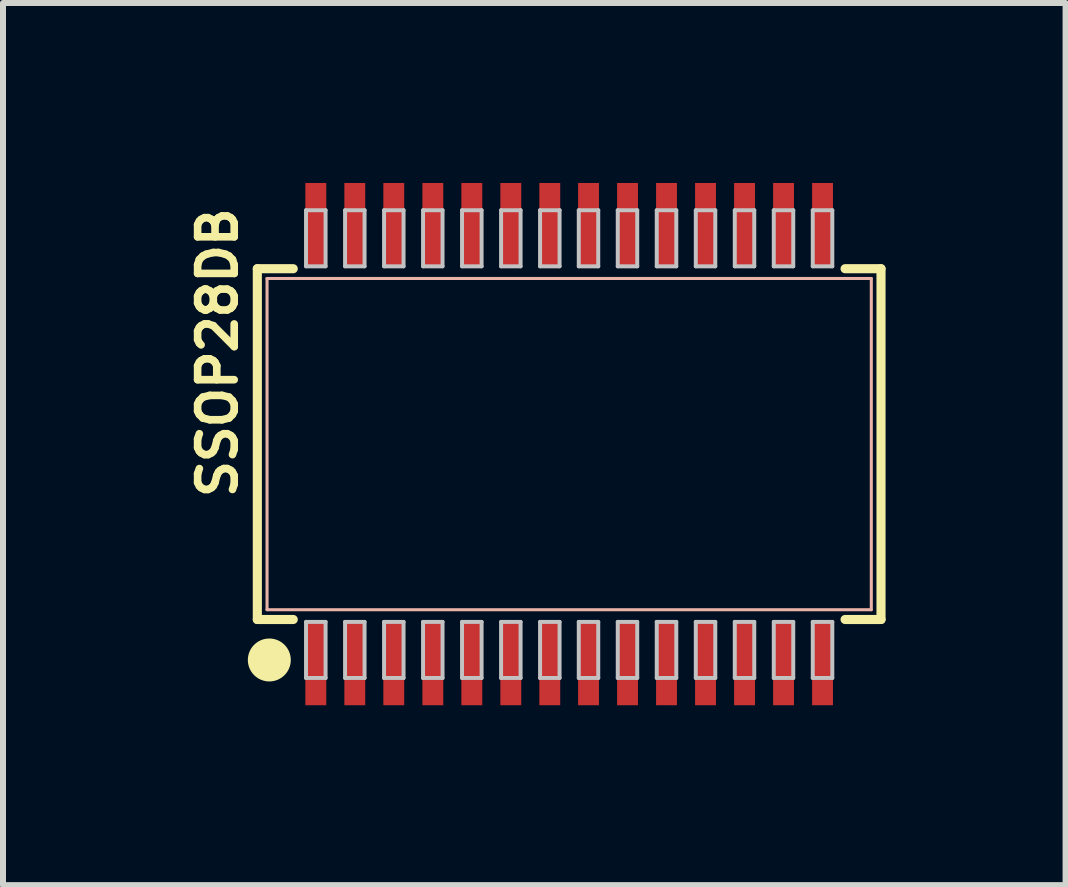
<source format=kicad_pcb>
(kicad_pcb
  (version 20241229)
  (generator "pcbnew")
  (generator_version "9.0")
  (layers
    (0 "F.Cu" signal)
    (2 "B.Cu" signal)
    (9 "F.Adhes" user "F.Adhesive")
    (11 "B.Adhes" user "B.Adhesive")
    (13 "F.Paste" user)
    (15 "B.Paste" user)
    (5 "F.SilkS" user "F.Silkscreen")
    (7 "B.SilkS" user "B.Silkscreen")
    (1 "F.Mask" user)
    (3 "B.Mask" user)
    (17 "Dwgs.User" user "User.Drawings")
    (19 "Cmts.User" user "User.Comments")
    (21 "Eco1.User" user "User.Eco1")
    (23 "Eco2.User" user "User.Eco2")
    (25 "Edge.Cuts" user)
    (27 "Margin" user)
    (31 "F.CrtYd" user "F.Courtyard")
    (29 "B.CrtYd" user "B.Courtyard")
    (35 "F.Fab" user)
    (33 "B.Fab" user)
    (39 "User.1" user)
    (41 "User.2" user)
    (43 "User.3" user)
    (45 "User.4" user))
  (footprint "SSOP28DB"
    (layer "F.Cu")
    (at 6.439 4.354)
    (property "Reference" "SSOP28DB" (at -5.86 -1.524 90) (layer "F.SilkS") (effects (font (size 0.61 0.61) (thickness 0.127))))
    (attr smd)
    (fp_line (start -5.199 -2.924) (end -4.6 -2.924) (stroke (width 0.152) (type solid)) (layer "F.SilkS"))
    (fp_line (start -5.199 2.924) (end -5.199 -2.924) (stroke (width 0.152) (type solid)) (layer "F.SilkS"))
    (fp_line (start -5.199 2.924) (end -4.6 2.924) (stroke (width 0.152) (type solid)) (layer "F.SilkS"))
    (fp_line (start 5.199 -2.924) (end 4.6 -2.924) (stroke (width 0.152) (type solid)) (layer "F.SilkS"))
    (fp_line (start 5.199 -2.924) (end 5.199 2.924) (stroke (width 0.152) (type solid)) (layer "F.SilkS"))
    (fp_line (start 5.199 2.924) (end 4.6 2.924) (stroke (width 0.152) (type solid)) (layer "F.SilkS"))
    (fp_circle (center -4.999 3.599) (end -4.999 3.241) (stroke (width 0) (type solid)) (fill yes) (layer "F.SilkS"))
    (fp_line (start -5.037 -2.761) (end 5.037 -2.761) (stroke (width 0.051) (type solid)) (layer "B.SilkS"))
    (fp_line (start -5.037 2.761) (end -5.037 -2.761) (stroke (width 0.051) (type solid)) (layer "B.SilkS"))
    (fp_line (start 5.037 -2.761) (end 5.037 2.761) (stroke (width 0.051) (type solid)) (layer "B.SilkS"))
    (fp_line (start 5.037 2.761) (end -5.037 2.761) (stroke (width 0.051) (type solid)) (layer "B.SilkS"))
    (fp_line (start -4.387 -3.899) (end -4.061 -3.899) (stroke (width 0.066) (type solid)) (layer "Dwgs.User"))
    (fp_line (start -4.387 -2.964) (end -4.387 -3.899) (stroke (width 0.066) (type solid)) (layer "Dwgs.User"))
    (fp_line (start -4.387 -2.964) (end -4.061 -2.964) (stroke (width 0.066) (type solid)) (layer "Dwgs.User"))
    (fp_line (start -4.387 2.964) (end -4.061 2.964) (stroke (width 0.066) (type solid)) (layer "Dwgs.User"))
    (fp_line (start -4.387 3.899) (end -4.387 2.964) (stroke (width 0.066) (type solid)) (layer "Dwgs.User"))
    (fp_line (start -4.387 3.899) (end -4.061 3.899) (stroke (width 0.066) (type solid)) (layer "Dwgs.User"))
    (fp_line (start -4.061 -2.964) (end -4.061 -3.899) (stroke (width 0.066) (type solid)) (layer "Dwgs.User"))
    (fp_line (start -4.061 3.899) (end -4.061 2.964) (stroke (width 0.066) (type solid)) (layer "Dwgs.User"))
    (fp_line (start -3.736 -3.899) (end -3.411 -3.899) (stroke (width 0.066) (type solid)) (layer "Dwgs.User"))
    (fp_line (start -3.736 -2.964) (end -3.736 -3.899) (stroke (width 0.066) (type solid)) (layer "Dwgs.User"))
    (fp_line (start -3.736 -2.964) (end -3.411 -2.964) (stroke (width 0.066) (type solid)) (layer "Dwgs.User"))
    (fp_line (start -3.736 2.964) (end -3.411 2.964) (stroke (width 0.066) (type solid)) (layer "Dwgs.User"))
    (fp_line (start -3.736 3.899) (end -3.736 2.964) (stroke (width 0.066) (type solid)) (layer "Dwgs.User"))
    (fp_line (start -3.736 3.899) (end -3.411 3.899) (stroke (width 0.066) (type solid)) (layer "Dwgs.User"))
    (fp_line (start -3.411 -2.964) (end -3.411 -3.899) (stroke (width 0.066) (type solid)) (layer "Dwgs.User"))
    (fp_line (start -3.411 3.899) (end -3.411 2.964) (stroke (width 0.066) (type solid)) (layer "Dwgs.User"))
    (fp_line (start -3.086 -3.899) (end -2.761 -3.899) (stroke (width 0.066) (type solid)) (layer "Dwgs.User"))
    (fp_line (start -3.086 -2.964) (end -3.086 -3.899) (stroke (width 0.066) (type solid)) (layer "Dwgs.User"))
    (fp_line (start -3.086 -2.964) (end -2.761 -2.964) (stroke (width 0.066) (type solid)) (layer "Dwgs.User"))
    (fp_line (start -3.086 2.964) (end -2.761 2.964) (stroke (width 0.066) (type solid)) (layer "Dwgs.User"))
    (fp_line (start -3.086 3.899) (end -3.086 2.964) (stroke (width 0.066) (type solid)) (layer "Dwgs.User"))
    (fp_line (start -3.086 3.899) (end -2.761 3.899) (stroke (width 0.066) (type solid)) (layer "Dwgs.User"))
    (fp_line (start -2.761 -2.964) (end -2.761 -3.899) (stroke (width 0.066) (type solid)) (layer "Dwgs.User"))
    (fp_line (start -2.761 3.899) (end -2.761 2.964) (stroke (width 0.066) (type solid)) (layer "Dwgs.User"))
    (fp_line (start -2.436 -3.899) (end -2.111 -3.899) (stroke (width 0.066) (type solid)) (layer "Dwgs.User"))
    (fp_line (start -2.436 -2.964) (end -2.436 -3.899) (stroke (width 0.066) (type solid)) (layer "Dwgs.User"))
    (fp_line (start -2.436 -2.964) (end -2.111 -2.964) (stroke (width 0.066) (type solid)) (layer "Dwgs.User"))
    (fp_line (start -2.436 2.964) (end -2.111 2.964) (stroke (width 0.066) (type solid)) (layer "Dwgs.User"))
    (fp_line (start -2.436 3.899) (end -2.436 2.964) (stroke (width 0.066) (type solid)) (layer "Dwgs.User"))
    (fp_line (start -2.436 3.899) (end -2.111 3.899) (stroke (width 0.066) (type solid)) (layer "Dwgs.User"))
    (fp_line (start -2.111 -2.964) (end -2.111 -3.899) (stroke (width 0.066) (type solid)) (layer "Dwgs.User"))
    (fp_line (start -2.111 3.899) (end -2.111 2.964) (stroke (width 0.066) (type solid)) (layer "Dwgs.User"))
    (fp_line (start -1.786 -3.899) (end -1.46 -3.899) (stroke (width 0.066) (type solid)) (layer "Dwgs.User"))
    (fp_line (start -1.786 -2.964) (end -1.786 -3.899) (stroke (width 0.066) (type solid)) (layer "Dwgs.User"))
    (fp_line (start -1.786 -2.964) (end -1.46 -2.964) (stroke (width 0.066) (type solid)) (layer "Dwgs.User"))
    (fp_line (start -1.786 2.964) (end -1.46 2.964) (stroke (width 0.066) (type solid)) (layer "Dwgs.User"))
    (fp_line (start -1.786 3.899) (end -1.786 2.964) (stroke (width 0.066) (type solid)) (layer "Dwgs.User"))
    (fp_line (start -1.786 3.899) (end -1.46 3.899) (stroke (width 0.066) (type solid)) (layer "Dwgs.User"))
    (fp_line (start -1.46 -2.964) (end -1.46 -3.899) (stroke (width 0.066) (type solid)) (layer "Dwgs.User"))
    (fp_line (start -1.46 3.899) (end -1.46 2.964) (stroke (width 0.066) (type solid)) (layer "Dwgs.User"))
    (fp_line (start -1.135 -3.899) (end -0.81 -3.899) (stroke (width 0.066) (type solid)) (layer "Dwgs.User"))
    (fp_line (start -1.135 -2.964) (end -1.135 -3.899) (stroke (width 0.066) (type solid)) (layer "Dwgs.User"))
    (fp_line (start -1.135 -2.964) (end -0.81 -2.964) (stroke (width 0.066) (type solid)) (layer "Dwgs.User"))
    (fp_line (start -1.135 2.964) (end -0.81 2.964) (stroke (width 0.066) (type solid)) (layer "Dwgs.User"))
    (fp_line (start -1.135 3.899) (end -1.135 2.964) (stroke (width 0.066) (type solid)) (layer "Dwgs.User"))
    (fp_line (start -1.135 3.899) (end -0.81 3.899) (stroke (width 0.066) (type solid)) (layer "Dwgs.User"))
    (fp_line (start -0.81 -2.964) (end -0.81 -3.899) (stroke (width 0.066) (type solid)) (layer "Dwgs.User"))
    (fp_line (start -0.81 3.899) (end -0.81 2.964) (stroke (width 0.066) (type solid)) (layer "Dwgs.User"))
    (fp_line (start -0.485 -3.899) (end -0.16 -3.899) (stroke (width 0.066) (type solid)) (layer "Dwgs.User"))
    (fp_line (start -0.485 -2.964) (end -0.485 -3.899) (stroke (width 0.066) (type solid)) (layer "Dwgs.User"))
    (fp_line (start -0.485 -2.964) (end -0.16 -2.964) (stroke (width 0.066) (type solid)) (layer "Dwgs.User"))
    (fp_line (start -0.485 2.964) (end -0.16 2.964) (stroke (width 0.066) (type solid)) (layer "Dwgs.User"))
    (fp_line (start -0.485 3.899) (end -0.485 2.964) (stroke (width 0.066) (type solid)) (layer "Dwgs.User"))
    (fp_line (start -0.485 3.899) (end -0.16 3.899) (stroke (width 0.066) (type solid)) (layer "Dwgs.User"))
    (fp_line (start -0.16 -2.964) (end -0.16 -3.899) (stroke (width 0.066) (type solid)) (layer "Dwgs.User"))
    (fp_line (start -0.16 3.899) (end -0.16 2.964) (stroke (width 0.066) (type solid)) (layer "Dwgs.User"))
    (fp_line (start 0.16 -3.899) (end 0.485 -3.899) (stroke (width 0.066) (type solid)) (layer "Dwgs.User"))
    (fp_line (start 0.16 -2.964) (end 0.16 -3.899) (stroke (width 0.066) (type solid)) (layer "Dwgs.User"))
    (fp_line (start 0.16 -2.964) (end 0.485 -2.964) (stroke (width 0.066) (type solid)) (layer "Dwgs.User"))
    (fp_line (start 0.16 2.964) (end 0.485 2.964) (stroke (width 0.066) (type solid)) (layer "Dwgs.User"))
    (fp_line (start 0.16 3.899) (end 0.16 2.964) (stroke (width 0.066) (type solid)) (layer "Dwgs.User"))
    (fp_line (start 0.16 3.899) (end 0.485 3.899) (stroke (width 0.066) (type solid)) (layer "Dwgs.User"))
    (fp_line (start 0.485 -2.964) (end 0.485 -3.899) (stroke (width 0.066) (type solid)) (layer "Dwgs.User"))
    (fp_line (start 0.485 3.899) (end 0.485 2.964) (stroke (width 0.066) (type solid)) (layer "Dwgs.User"))
    (fp_line (start 0.81 -3.899) (end 1.135 -3.899) (stroke (width 0.066) (type solid)) (layer "Dwgs.User"))
    (fp_line (start 0.81 -2.964) (end 0.81 -3.899) (stroke (width 0.066) (type solid)) (layer "Dwgs.User"))
    (fp_line (start 0.81 -2.964) (end 1.135 -2.964) (stroke (width 0.066) (type solid)) (layer "Dwgs.User"))
    (fp_line (start 0.81 2.964) (end 1.135 2.964) (stroke (width 0.066) (type solid)) (layer "Dwgs.User"))
    (fp_line (start 0.81 3.899) (end 0.81 2.964) (stroke (width 0.066) (type solid)) (layer "Dwgs.User"))
    (fp_line (start 0.81 3.899) (end 1.135 3.899) (stroke (width 0.066) (type solid)) (layer "Dwgs.User"))
    (fp_line (start 1.135 -2.964) (end 1.135 -3.899) (stroke (width 0.066) (type solid)) (layer "Dwgs.User"))
    (fp_line (start 1.135 3.899) (end 1.135 2.964) (stroke (width 0.066) (type solid)) (layer "Dwgs.User"))
    (fp_line (start 1.46 -3.899) (end 1.786 -3.899) (stroke (width 0.066) (type solid)) (layer "Dwgs.User"))
    (fp_line (start 1.46 -2.964) (end 1.46 -3.899) (stroke (width 0.066) (type solid)) (layer "Dwgs.User"))
    (fp_line (start 1.46 -2.964) (end 1.786 -2.964) (stroke (width 0.066) (type solid)) (layer "Dwgs.User"))
    (fp_line (start 1.46 2.964) (end 1.786 2.964) (stroke (width 0.066) (type solid)) (layer "Dwgs.User"))
    (fp_line (start 1.46 3.899) (end 1.46 2.964) (stroke (width 0.066) (type solid)) (layer "Dwgs.User"))
    (fp_line (start 1.46 3.899) (end 1.786 3.899) (stroke (width 0.066) (type solid)) (layer "Dwgs.User"))
    (fp_line (start 1.786 -2.964) (end 1.786 -3.899) (stroke (width 0.066) (type solid)) (layer "Dwgs.User"))
    (fp_line (start 1.786 3.899) (end 1.786 2.964) (stroke (width 0.066) (type solid)) (layer "Dwgs.User"))
    (fp_line (start 2.111 -3.899) (end 2.436 -3.899) (stroke (width 0.066) (type solid)) (layer "Dwgs.User"))
    (fp_line (start 2.111 -2.964) (end 2.111 -3.899) (stroke (width 0.066) (type solid)) (layer "Dwgs.User"))
    (fp_line (start 2.111 -2.964) (end 2.436 -2.964) (stroke (width 0.066) (type solid)) (layer "Dwgs.User"))
    (fp_line (start 2.111 2.964) (end 2.436 2.964) (stroke (width 0.066) (type solid)) (layer "Dwgs.User"))
    (fp_line (start 2.111 3.899) (end 2.111 2.964) (stroke (width 0.066) (type solid)) (layer "Dwgs.User"))
    (fp_line (start 2.111 3.899) (end 2.436 3.899) (stroke (width 0.066) (type solid)) (layer "Dwgs.User"))
    (fp_line (start 2.436 -2.964) (end 2.436 -3.899) (stroke (width 0.066) (type solid)) (layer "Dwgs.User"))
    (fp_line (start 2.436 3.899) (end 2.436 2.964) (stroke (width 0.066) (type solid)) (layer "Dwgs.User"))
    (fp_line (start 2.761 -3.899) (end 3.086 -3.899) (stroke (width 0.066) (type solid)) (layer "Dwgs.User"))
    (fp_line (start 2.761 -2.964) (end 2.761 -3.899) (stroke (width 0.066) (type solid)) (layer "Dwgs.User"))
    (fp_line (start 2.761 -2.964) (end 3.086 -2.964) (stroke (width 0.066) (type solid)) (layer "Dwgs.User"))
    (fp_line (start 2.761 2.964) (end 3.086 2.964) (stroke (width 0.066) (type solid)) (layer "Dwgs.User"))
    (fp_line (start 2.761 3.899) (end 2.761 2.964) (stroke (width 0.066) (type solid)) (layer "Dwgs.User"))
    (fp_line (start 2.761 3.899) (end 3.086 3.899) (stroke (width 0.066) (type solid)) (layer "Dwgs.User"))
    (fp_line (start 3.086 -2.964) (end 3.086 -3.899) (stroke (width 0.066) (type solid)) (layer "Dwgs.User"))
    (fp_line (start 3.086 3.899) (end 3.086 2.964) (stroke (width 0.066) (type solid)) (layer "Dwgs.User"))
    (fp_line (start 3.411 -3.899) (end 3.736 -3.899) (stroke (width 0.066) (type solid)) (layer "Dwgs.User"))
    (fp_line (start 3.411 -2.964) (end 3.411 -3.899) (stroke (width 0.066) (type solid)) (layer "Dwgs.User"))
    (fp_line (start 3.411 -2.964) (end 3.736 -2.964) (stroke (width 0.066) (type solid)) (layer "Dwgs.User"))
    (fp_line (start 3.411 2.964) (end 3.736 2.964) (stroke (width 0.066) (type solid)) (layer "Dwgs.User"))
    (fp_line (start 3.411 3.899) (end 3.411 2.964) (stroke (width 0.066) (type solid)) (layer "Dwgs.User"))
    (fp_line (start 3.411 3.899) (end 3.736 3.899) (stroke (width 0.066) (type solid)) (layer "Dwgs.User"))
    (fp_line (start 3.736 -2.964) (end 3.736 -3.899) (stroke (width 0.066) (type solid)) (layer "Dwgs.User"))
    (fp_line (start 3.736 3.899) (end 3.736 2.964) (stroke (width 0.066) (type solid)) (layer "Dwgs.User"))
    (fp_line (start 4.061 -3.899) (end 4.387 -3.899) (stroke (width 0.066) (type solid)) (layer "Dwgs.User"))
    (fp_line (start 4.061 -2.964) (end 4.061 -3.899) (stroke (width 0.066) (type solid)) (layer "Dwgs.User"))
    (fp_line (start 4.061 -2.964) (end 4.387 -2.964) (stroke (width 0.066) (type solid)) (layer "Dwgs.User"))
    (fp_line (start 4.061 2.964) (end 4.387 2.964) (stroke (width 0.066) (type solid)) (layer "Dwgs.User"))
    (fp_line (start 4.061 3.899) (end 4.061 2.964) (stroke (width 0.066) (type solid)) (layer "Dwgs.User"))
    (fp_line (start 4.061 3.899) (end 4.387 3.899) (stroke (width 0.066) (type solid)) (layer "Dwgs.User"))
    (fp_line (start 4.387 -2.964) (end 4.387 -3.899) (stroke (width 0.066) (type solid)) (layer "Dwgs.User"))
    (fp_line (start 4.387 3.899) (end 4.387 2.964) (stroke (width 0.066) (type solid)) (layer "Dwgs.User"))
    (pad "1" smd rect (at -4.224 3.655) (size 0.348 1.397) (layers "F.Cu" "F.Mask" "F.Paste"))
    (pad "2" smd rect (at -3.574 3.655) (size 0.348 1.397) (layers "F.Cu" "F.Mask" "F.Paste"))
    (pad "3" smd rect (at -2.924 3.655) (size 0.348 1.397) (layers "F.Cu" "F.Mask" "F.Paste"))
    (pad "4" smd rect (at -2.273 3.655) (size 0.348 1.397) (layers "F.Cu" "F.Mask" "F.Paste"))
    (pad "5" smd rect (at -1.623 3.655) (size 0.348 1.397) (layers "F.Cu" "F.Mask" "F.Paste"))
    (pad "6" smd rect (at -0.973 3.655) (size 0.348 1.397) (layers "F.Cu" "F.Mask" "F.Paste"))
    (pad "7" smd rect (at -0.323 3.655) (size 0.348 1.397) (layers "F.Cu" "F.Mask" "F.Paste"))
    (pad "8" smd rect (at 0.323 3.655) (size 0.348 1.397) (layers "F.Cu" "F.Mask" "F.Paste"))
    (pad "9" smd rect (at 0.973 3.655) (size 0.348 1.397) (layers "F.Cu" "F.Mask" "F.Paste"))
    (pad "10" smd rect (at 1.623 3.655) (size 0.348 1.397) (layers "F.Cu" "F.Mask" "F.Paste"))
    (pad "11" smd rect (at 2.273 3.655) (size 0.348 1.397) (layers "F.Cu" "F.Mask" "F.Paste"))
    (pad "12" smd rect (at 2.924 3.655) (size 0.348 1.397) (layers "F.Cu" "F.Mask" "F.Paste"))
    (pad "13" smd rect (at 3.574 3.655) (size 0.348 1.397) (layers "F.Cu" "F.Mask" "F.Paste"))
    (pad "14" smd rect (at 4.224 3.655) (size 0.348 1.397) (layers "F.Cu" "F.Mask" "F.Paste"))
    (pad "15" smd rect (at 4.224 -3.655) (size 0.348 1.397) (layers "F.Cu" "F.Mask" "F.Paste"))
    (pad "16" smd rect (at 3.574 -3.655) (size 0.348 1.397) (layers "F.Cu" "F.Mask" "F.Paste"))
    (pad "17" smd rect (at 2.924 -3.655) (size 0.348 1.397) (layers "F.Cu" "F.Mask" "F.Paste"))
    (pad "18" smd rect (at 2.273 -3.655) (size 0.348 1.397) (layers "F.Cu" "F.Mask" "F.Paste"))
    (pad "19" smd rect (at 1.623 -3.655) (size 0.348 1.397) (layers "F.Cu" "F.Mask" "F.Paste"))
    (pad "20" smd rect (at 0.973 -3.655) (size 0.348 1.397) (layers "F.Cu" "F.Mask" "F.Paste"))
    (pad "21" smd rect (at 0.323 -3.655) (size 0.348 1.397) (layers "F.Cu" "F.Mask" "F.Paste"))
    (pad "22" smd rect (at -0.323 -3.655) (size 0.348 1.397) (layers "F.Cu" "F.Mask" "F.Paste"))
    (pad "23" smd rect (at -0.973 -3.655) (size 0.348 1.397) (layers "F.Cu" "F.Mask" "F.Paste"))
    (pad "24" smd rect (at -1.623 -3.655) (size 0.348 1.397) (layers "F.Cu" "F.Mask" "F.Paste"))
    (pad "25" smd rect (at -2.273 -3.655) (size 0.348 1.397) (layers "F.Cu" "F.Mask" "F.Paste"))
    (pad "26" smd rect (at -2.924 -3.655) (size 0.348 1.397) (layers "F.Cu" "F.Mask" "F.Paste"))
    (pad "27" smd rect (at -3.574 -3.655) (size 0.348 1.397) (layers "F.Cu" "F.Mask" "F.Paste"))
    (pad "28" smd rect (at -4.224 -3.655) (size 0.348 1.397) (layers "F.Cu" "F.Mask" "F.Paste")))
  (gr_rect
    (start -3 -3)
    (end 14.715 11.707)
    (stroke (width 0.1) (type default))
    (fill no)
    (layer "Edge.Cuts")))
</source>
